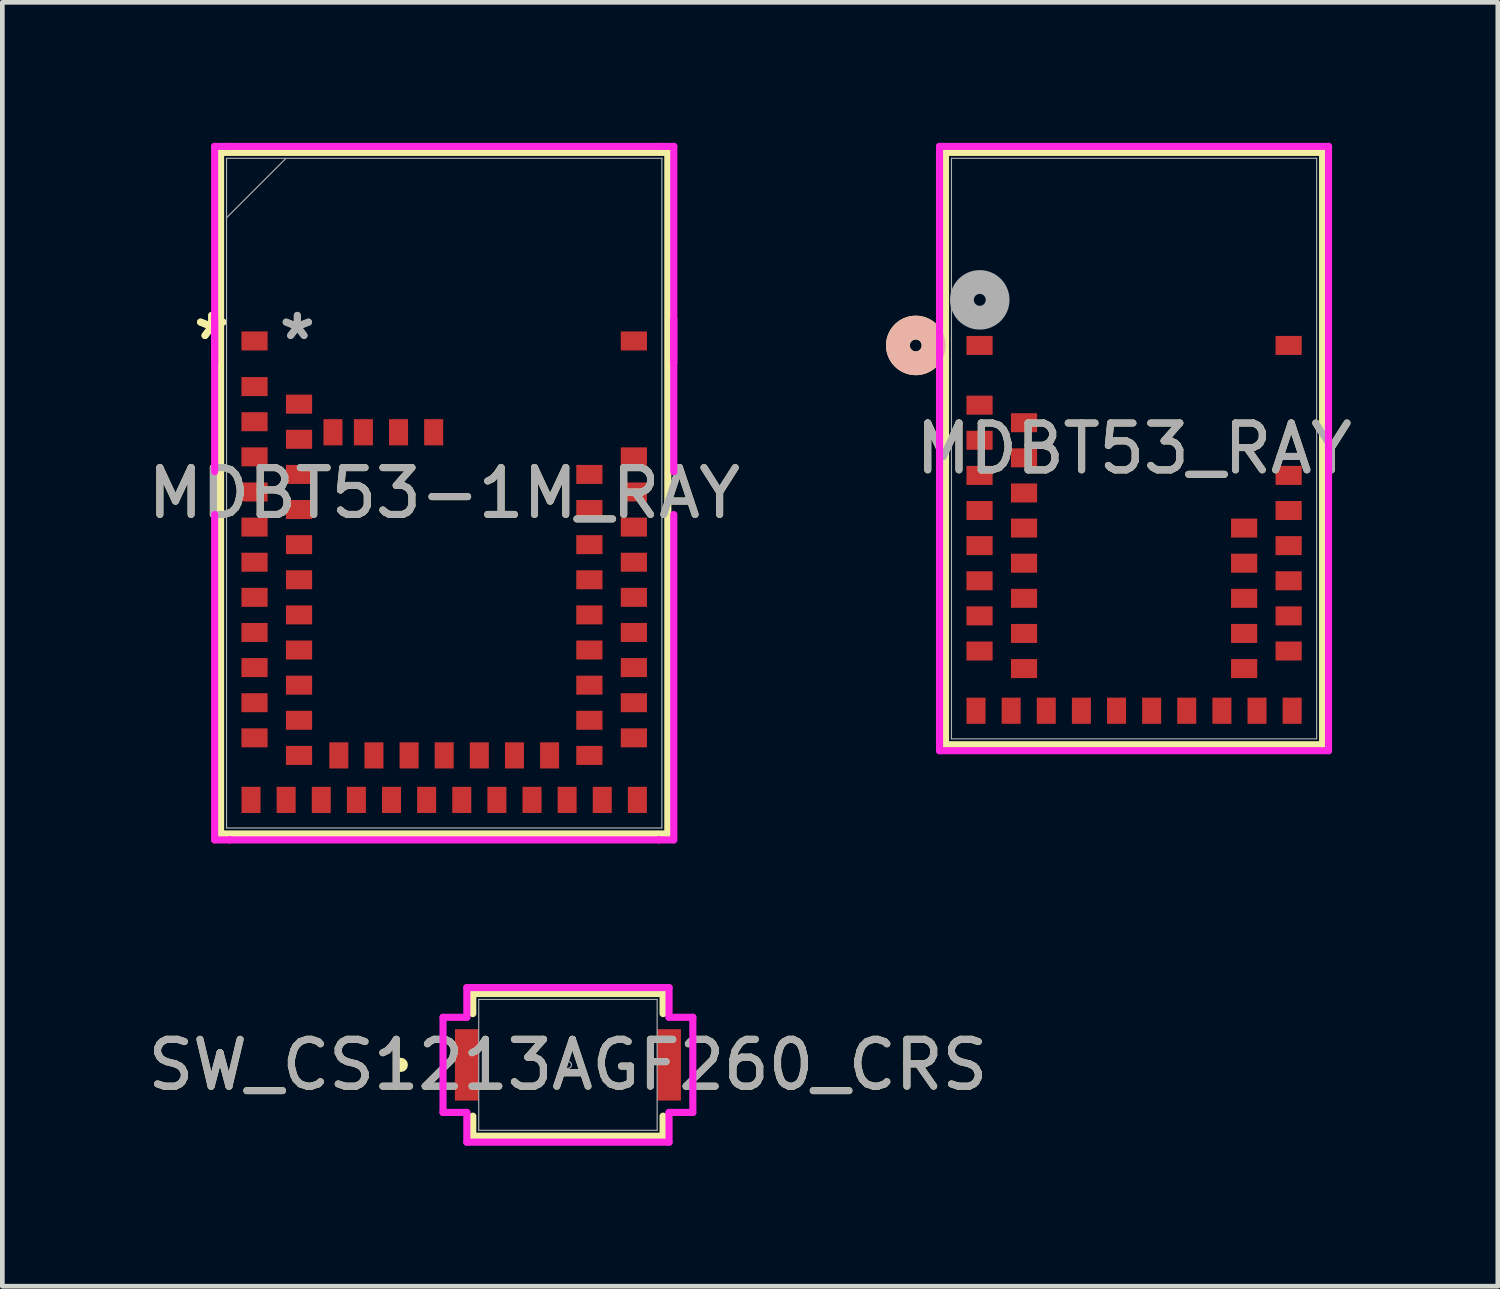
<source format=kicad_pcb>
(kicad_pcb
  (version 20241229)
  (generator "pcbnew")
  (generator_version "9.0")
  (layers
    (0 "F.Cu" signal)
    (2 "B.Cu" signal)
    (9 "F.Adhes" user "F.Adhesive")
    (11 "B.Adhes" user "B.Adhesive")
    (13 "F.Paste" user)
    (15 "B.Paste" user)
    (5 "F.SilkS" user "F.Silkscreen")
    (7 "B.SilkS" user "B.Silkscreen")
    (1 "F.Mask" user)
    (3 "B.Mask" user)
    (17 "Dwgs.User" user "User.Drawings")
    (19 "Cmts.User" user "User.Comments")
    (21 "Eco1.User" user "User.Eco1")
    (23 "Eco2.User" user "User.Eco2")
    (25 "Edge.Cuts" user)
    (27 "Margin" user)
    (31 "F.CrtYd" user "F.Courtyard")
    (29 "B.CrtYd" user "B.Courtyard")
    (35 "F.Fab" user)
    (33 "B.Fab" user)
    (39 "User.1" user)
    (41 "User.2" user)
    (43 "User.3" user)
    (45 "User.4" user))
  (footprint "SW_CS1213AGF260_CRS"
    (layer "F.Cu")
    (at 9.077 19.688)
    (property "Reference" "SW_CS1213AGF260_CRS" (at 0 0 0) (unlocked yes) (layer "F.SilkS") (effects (font (size 1 1) (thickness 0.15))))
    (attr smd)
    (fp_line (start -2.032 -1.524) (end -2.032 -1.095) (stroke (width 0.152) (type solid)) (layer "F.SilkS"))
    (fp_line (start -2.032 1.095) (end -2.032 1.524) (stroke (width 0.152) (type solid)) (layer "F.SilkS"))
    (fp_line (start -2.032 1.524) (end 2.032 1.524) (stroke (width 0.152) (type solid)) (layer "F.SilkS"))
    (fp_line (start 2.032 -1.524) (end -2.032 -1.524) (stroke (width 0.152) (type solid)) (layer "F.SilkS"))
    (fp_line (start 2.032 -1.095) (end 2.032 -1.524) (stroke (width 0.152) (type solid)) (layer "F.SilkS"))
    (fp_line (start 2.032 1.524) (end 2.032 1.095) (stroke (width 0.152) (type solid)) (layer "F.SilkS"))
    (fp_circle (center -3.569 0) (end -3.493 0) (stroke (width 0.152) (type solid)) (fill no) (layer "F.SilkS"))
    (fp_line (start -2.667 -1.016) (end -2.159 -1.016) (stroke (width 0.152) (type solid)) (layer "F.CrtYd"))
    (fp_line (start -2.667 1.016) (end -2.667 -1.016) (stroke (width 0.152) (type solid)) (layer "F.CrtYd"))
    (fp_line (start -2.667 1.016) (end -2.159 1.016) (stroke (width 0.152) (type solid)) (layer "F.CrtYd"))
    (fp_line (start -2.159 -1.651) (end 2.159 -1.651) (stroke (width 0.152) (type solid)) (layer "F.CrtYd"))
    (fp_line (start -2.159 -1.016) (end -2.159 -1.651) (stroke (width 0.152) (type solid)) (layer "F.CrtYd"))
    (fp_line (start -2.159 1.651) (end -2.159 1.016) (stroke (width 0.152) (type solid)) (layer "F.CrtYd"))
    (fp_line (start 2.159 -1.651) (end 2.159 -1.016) (stroke (width 0.152) (type solid)) (layer "F.CrtYd"))
    (fp_line (start 2.159 1.016) (end 2.159 1.651) (stroke (width 0.152) (type solid)) (layer "F.CrtYd"))
    (fp_line (start 2.159 1.651) (end -2.159 1.651) (stroke (width 0.152) (type solid)) (layer "F.CrtYd"))
    (fp_line (start 2.667 -1.016) (end 2.159 -1.016) (stroke (width 0.152) (type solid)) (layer "F.CrtYd"))
    (fp_line (start 2.667 -1.016) (end 2.667 1.016) (stroke (width 0.152) (type solid)) (layer "F.CrtYd"))
    (fp_line (start 2.667 1.016) (end 2.159 1.016) (stroke (width 0.152) (type solid)) (layer "F.CrtYd"))
    (fp_line (start -1.905 -1.397) (end -1.905 1.397) (stroke (width 0.025) (type solid)) (layer "F.Fab"))
    (fp_line (start -1.905 1.397) (end 1.905 1.397) (stroke (width 0.025) (type solid)) (layer "F.Fab"))
    (fp_line (start 1.905 -1.397) (end -1.905 -1.397) (stroke (width 0.025) (type solid)) (layer "F.Fab"))
    (fp_line (start 1.905 1.397) (end 1.905 -1.397) (stroke (width 0.025) (type solid)) (layer "F.Fab"))
    (fp_circle (center 0 0) (end 0.076 0) (stroke (width 0.025) (type solid)) (fill no) (layer "F.Fab"))
    (fp_text user "${REFERENCE}" (at 0 0 0) (unlocked yes) (layer "F.Fab") (effects (font (size 1 1) (thickness 0.15))))
    (pad "1" smd rect (at -2.159 0) (size 0.508 1.524) (layers "F.Cu" "F.Mask" "F.Paste"))
    (pad "2" smd rect (at 2.159 0) (size 0.508 1.524) (layers "F.Cu" "F.Mask" "F.Paste")))
  (footprint "MDBT53-1M_RAY"
    (layer "F.Cu")
    (at 6.435 7.48)
    (property "Reference" "MDBT53-1M_RAY" (at 0 0 0) (unlocked yes) (layer "F.SilkS") (effects (font (size 1 1) (thickness 0.15))))
    (attr smd)
    (fp_line (start -4.775 -7.277) (end -4.775 7.277) (stroke (width 0.152) (type solid)) (layer "F.SilkS"))
    (fp_line (start -4.775 7.277) (end 4.775 7.277) (stroke (width 0.152) (type solid)) (layer "F.SilkS"))
    (fp_line (start 4.775 -7.277) (end -4.775 -7.277) (stroke (width 0.152) (type solid)) (layer "F.SilkS"))
    (fp_line (start 4.775 7.277) (end 4.775 -7.277) (stroke (width 0.152) (type solid)) (layer "F.SilkS"))
    (fp_line (start -4.902 -7.404) (end -4.582 -7.404) (stroke (width 0.152) (type solid)) (layer "F.CrtYd"))
    (fp_line (start -4.902 -3.707) (end -4.902 -3.707) (stroke (width 0.152) (type solid)) (layer "F.CrtYd"))
    (fp_line (start -4.902 -2.793) (end -4.902 -3.707) (stroke (width 0.152) (type solid)) (layer "F.CrtYd"))
    (fp_line (start -4.902 -2.793) (end -4.902 -2.793) (stroke (width 0.152) (type solid)) (layer "F.CrtYd"))
    (fp_line (start -4.902 -0.457) (end -4.902 -7.404) (stroke (width 0.152) (type solid)) (layer "F.CrtYd"))
    (fp_line (start -4.902 7.404) (end -4.902 0.457) (stroke (width 0.152) (type solid)) (layer "F.CrtYd"))
    (fp_line (start -4.582 -7.404) (end -4.582 -7.404) (stroke (width 0.152) (type solid)) (layer "F.CrtYd"))
    (fp_line (start -4.582 -7.404) (end 4.582 -7.404) (stroke (width 0.152) (type solid)) (layer "F.CrtYd"))
    (fp_line (start -4.582 7.404) (end -4.902 7.404) (stroke (width 0.152) (type solid)) (layer "F.CrtYd"))
    (fp_line (start -4.582 7.404) (end -4.582 7.404) (stroke (width 0.152) (type solid)) (layer "F.CrtYd"))
    (fp_line (start 4.582 -7.404) (end 4.582 -7.404) (stroke (width 0.152) (type solid)) (layer "F.CrtYd"))
    (fp_line (start 4.582 -7.404) (end 4.902 -7.404) (stroke (width 0.152) (type solid)) (layer "F.CrtYd"))
    (fp_line (start 4.582 7.404) (end -4.582 7.404) (stroke (width 0.152) (type solid)) (layer "F.CrtYd"))
    (fp_line (start 4.582 7.404) (end 4.582 7.404) (stroke (width 0.152) (type solid)) (layer "F.CrtYd"))
    (fp_line (start 4.902 -7.404) (end 4.902 -0.457) (stroke (width 0.152) (type solid)) (layer "F.CrtYd"))
    (fp_line (start 4.902 -3.707) (end 4.902 -3.707) (stroke (width 0.152) (type solid)) (layer "F.CrtYd"))
    (fp_line (start 4.902 -3.707) (end 4.902 -2.793) (stroke (width 0.152) (type solid)) (layer "F.CrtYd"))
    (fp_line (start 4.902 -2.793) (end 4.902 -2.793) (stroke (width 0.152) (type solid)) (layer "F.CrtYd"))
    (fp_line (start 4.902 0.457) (end 4.902 7.404) (stroke (width 0.152) (type solid)) (layer "F.CrtYd"))
    (fp_line (start 4.902 7.404) (end 4.582 7.404) (stroke (width 0.152) (type solid)) (layer "F.CrtYd"))
    (fp_line (start -4.648 -7.15) (end -4.648 7.15) (stroke (width 0.025) (type solid)) (layer "F.Fab"))
    (fp_line (start -4.648 -5.88) (end -3.378 -7.15) (stroke (width 0.025) (type solid)) (layer "F.Fab"))
    (fp_line (start -4.648 7.15) (end 4.648 7.15) (stroke (width 0.025) (type solid)) (layer "F.Fab"))
    (fp_line (start 4.648 -7.15) (end -4.648 -7.15) (stroke (width 0.025) (type solid)) (layer "F.Fab"))
    (fp_line (start 4.648 7.15) (end 4.648 -7.15) (stroke (width 0.025) (type solid)) (layer "F.Fab"))
    (fp_text user "*" (at -4.964 -3.25 0) (layer "F.SilkS") (effects (font (size 1 1) (thickness 0.15))))
    (fp_text user "*" (at -4.964 -3.25 0) (unlocked yes) (layer "F.SilkS") (effects (font (size 1 1) (thickness 0.15))))
    (fp_text user "${REFERENCE}" (at 0 0 0) (unlocked yes) (layer "F.Fab") (effects (font (size 1 1) (thickness 0.15))))
    (fp_text user "*" (at -3.136 -3.25 0) (unlocked yes) (layer "F.Fab") (effects (font (size 1 1) (thickness 0.15))))
    (fp_text user "*" (at -3.136 -3.25 0) (layer "F.Fab") (effects (font (size 1 1) (thickness 0.15))))
    (pad "1" smd rect (at -4.05 -3.25) (size 0.559 0.406) (layers "F.Cu" "F.Mask" "F.Paste"))
    (pad "2" smd rect (at -4.05 -2.275) (size 0.559 0.406) (layers "F.Cu" "F.Mask" "F.Paste"))
    (pad "3" smd rect (at -3.1 -1.9) (size 0.559 0.406) (layers "F.Cu" "F.Mask" "F.Paste"))
    (pad "4" smd rect (at -4.05 -1.525) (size 0.559 0.406) (layers "F.Cu" "F.Mask" "F.Paste"))
    (pad "5" smd rect (at -3.1 -1.15) (size 0.559 0.406) (layers "F.Cu" "F.Mask" "F.Paste"))
    (pad "6" smd rect (at -4.05 -0.775) (size 0.559 0.406) (layers "F.Cu" "F.Mask" "F.Paste"))
    (pad "7" smd rect (at -3.1 -0.4) (size 0.559 0.406) (layers "F.Cu" "F.Mask" "F.Paste"))
    (pad "8" smd rect (at -4.05 -0.025) (size 0.559 0.406) (layers "F.Cu" "F.Mask" "F.Paste"))
    (pad "9" smd rect (at -3.1 0.35) (size 0.559 0.406) (layers "F.Cu" "F.Mask" "F.Paste"))
    (pad "10" smd rect (at -4.05 0.725) (size 0.559 0.406) (layers "F.Cu" "F.Mask" "F.Paste"))
    (pad "11" smd rect (at -3.1 1.1) (size 0.559 0.406) (layers "F.Cu" "F.Mask" "F.Paste"))
    (pad "12" smd rect (at -4.05 1.475) (size 0.559 0.406) (layers "F.Cu" "F.Mask" "F.Paste"))
    (pad "13" smd rect (at -3.1 1.85) (size 0.559 0.406) (layers "F.Cu" "F.Mask" "F.Paste"))
    (pad "14" smd rect (at -4.05 2.225) (size 0.559 0.406) (layers "F.Cu" "F.Mask" "F.Paste"))
    (pad "15" smd rect (at -3.1 2.6) (size 0.559 0.406) (layers "F.Cu" "F.Mask" "F.Paste"))
    (pad "16" smd rect (at -4.05 2.975) (size 0.559 0.406) (layers "F.Cu" "F.Mask" "F.Paste"))
    (pad "17" smd rect (at -3.1 3.35) (size 0.559 0.406) (layers "F.Cu" "F.Mask" "F.Paste"))
    (pad "18" smd rect (at -4.05 3.725) (size 0.559 0.406) (layers "F.Cu" "F.Mask" "F.Paste"))
    (pad "19" smd rect (at -3.1 4.1) (size 0.559 0.406) (layers "F.Cu" "F.Mask" "F.Paste"))
    (pad "20" smd rect (at -4.05 4.475) (size 0.559 0.406) (layers "F.Cu" "F.Mask" "F.Paste"))
    (pad "21" smd rect (at -3.1 4.85) (size 0.559 0.406) (layers "F.Cu" "F.Mask" "F.Paste"))
    (pad "22" smd rect (at -4.05 5.225) (size 0.559 0.406) (layers "F.Cu" "F.Mask" "F.Paste"))
    (pad "23" smd rect (at -3.1 5.6) (size 0.559 0.406) (layers "F.Cu" "F.Mask" "F.Paste"))
    (pad "24" smd rect (at -4.125 6.55 90) (size 0.559 0.406) (layers "F.Cu" "F.Mask" "F.Paste"))
    (pad "25" smd rect (at -3.375 6.55 90) (size 0.559 0.406) (layers "F.Cu" "F.Mask" "F.Paste"))
    (pad "26" smd rect (at -2.625 6.55 90) (size 0.559 0.406) (layers "F.Cu" "F.Mask" "F.Paste"))
    (pad "27" smd rect (at -2.25 5.6 90) (size 0.559 0.406) (layers "F.Cu" "F.Mask" "F.Paste"))
    (pad "28" smd rect (at -1.875 6.55 90) (size 0.559 0.406) (layers "F.Cu" "F.Mask" "F.Paste"))
    (pad "29" smd rect (at -1.5 5.6 90) (size 0.559 0.406) (layers "F.Cu" "F.Mask" "F.Paste"))
    (pad "30" smd rect (at -1.125 6.55 90) (size 0.559 0.406) (layers "F.Cu" "F.Mask" "F.Paste"))
    (pad "31" smd rect (at -0.75 5.6 90) (size 0.559 0.406) (layers "F.Cu" "F.Mask" "F.Paste"))
    (pad "32" smd rect (at -0.375 6.55 90) (size 0.559 0.406) (layers "F.Cu" "F.Mask" "F.Paste"))
    (pad "33" smd rect (at 0 5.6 90) (size 0.559 0.406) (layers "F.Cu" "F.Mask" "F.Paste"))
    (pad "34" smd rect (at 0.375 6.55 90) (size 0.559 0.406) (layers "F.Cu" "F.Mask" "F.Paste"))
    (pad "35" smd rect (at 0.75 5.6 90) (size 0.559 0.406) (layers "F.Cu" "F.Mask" "F.Paste"))
    (pad "36" smd rect (at 1.125 6.55 90) (size 0.559 0.406) (layers "F.Cu" "F.Mask" "F.Paste"))
    (pad "37" smd rect (at 1.5 5.6 90) (size 0.559 0.406) (layers "F.Cu" "F.Mask" "F.Paste"))
    (pad "38" smd rect (at 1.875 6.55 90) (size 0.559 0.406) (layers "F.Cu" "F.Mask" "F.Paste"))
    (pad "39" smd rect (at 2.25 5.6 90) (size 0.559 0.406) (layers "F.Cu" "F.Mask" "F.Paste"))
    (pad "40" smd rect (at 2.625 6.55 90) (size 0.559 0.406) (layers "F.Cu" "F.Mask" "F.Paste"))
    (pad "41" smd rect (at 3.375 6.55 90) (size 0.559 0.406) (layers "F.Cu" "F.Mask" "F.Paste"))
    (pad "42" smd rect (at 4.125 6.55 90) (size 0.559 0.406) (layers "F.Cu" "F.Mask" "F.Paste"))
    (pad "43" smd rect (at 3.1 5.6) (size 0.559 0.406) (layers "F.Cu" "F.Mask" "F.Paste"))
    (pad "44" smd rect (at 4.05 5.225) (size 0.559 0.406) (layers "F.Cu" "F.Mask" "F.Paste"))
    (pad "45" smd rect (at 3.1 4.85) (size 0.559 0.406) (layers "F.Cu" "F.Mask" "F.Paste"))
    (pad "46" smd rect (at 4.05 4.475) (size 0.559 0.406) (layers "F.Cu" "F.Mask" "F.Paste"))
    (pad "47" smd rect (at 3.1 4.1) (size 0.559 0.406) (layers "F.Cu" "F.Mask" "F.Paste"))
    (pad "48" smd rect (at 4.05 3.725) (size 0.559 0.406) (layers "F.Cu" "F.Mask" "F.Paste"))
    (pad "49" smd rect (at 3.1 3.35) (size 0.559 0.406) (layers "F.Cu" "F.Mask" "F.Paste"))
    (pad "50" smd rect (at 4.05 2.975) (size 0.559 0.406) (layers "F.Cu" "F.Mask" "F.Paste"))
    (pad "51" smd rect (at 3.1 2.6) (size 0.559 0.406) (layers "F.Cu" "F.Mask" "F.Paste"))
    (pad "52" smd rect (at 4.05 2.225) (size 0.559 0.406) (layers "F.Cu" "F.Mask" "F.Paste"))
    (pad "53" smd rect (at 3.1 1.85) (size 0.559 0.406) (layers "F.Cu" "F.Mask" "F.Paste"))
    (pad "54" smd rect (at 4.05 1.475) (size 0.559 0.406) (layers "F.Cu" "F.Mask" "F.Paste"))
    (pad "55" smd rect (at 3.1 1.1) (size 0.559 0.406) (layers "F.Cu" "F.Mask" "F.Paste"))
    (pad "56" smd rect (at 4.05 0.725) (size 0.559 0.406) (layers "F.Cu" "F.Mask" "F.Paste"))
    (pad "57" smd rect (at 3.1 0.35) (size 0.559 0.406) (layers "F.Cu" "F.Mask" "F.Paste"))
    (pad "58" smd rect (at 4.05 -0.025) (size 0.559 0.406) (layers "F.Cu" "F.Mask" "F.Paste"))
    (pad "59" smd rect (at 3.1 -0.4) (size 0.559 0.406) (layers "F.Cu" "F.Mask" "F.Paste"))
    (pad "60" smd rect (at 4.05 -0.775) (size 0.559 0.406) (layers "F.Cu" "F.Mask" "F.Paste"))
    (pad "61" smd rect (at 4.05 -3.25) (size 0.559 0.406) (layers "F.Cu" "F.Mask" "F.Paste"))
    (pad "62" smd rect (at -2.375 -1.3 90) (size 0.559 0.406) (layers "F.Cu" "F.Mask" "F.Paste"))
    (pad "63" smd rect (at -1.725 -1.3 90) (size 0.559 0.406) (layers "F.Cu" "F.Mask" "F.Paste"))
    (pad "64" smd rect (at -0.975 -1.3 90) (size 0.559 0.406) (layers "F.Cu" "F.Mask" "F.Paste"))
    (pad "65" smd rect (at -0.225 -1.3 90) (size 0.559 0.406) (layers "F.Cu" "F.Mask" "F.Paste"))
    (zone (net_name "") (layer "F.Cu") (hatch full 0.508) (connect_pads) (min_thickness 0.254) (filled_areas_thickness no) (keepout (tracks not_allowed) (vias not_allowed) (pads allowed) (copperpour not_allowed) (footprints allowed)) (placement (enabled no)) (fill) (polygon (pts (xy 1.786 0.33) (xy 1.786 4.027) (xy 11.083 4.027) (xy 11.083 0.33))))
    (zone (net_name "") (layer "F.Cu") (hatch full 0.508) (connect_pads) (min_thickness 0.254) (filled_areas_thickness no) (keepout (tracks not_allowed) (vias not_allowed) (pads allowed) (copperpour not_allowed) (footprints allowed)) (placement (enabled no)) (fill) (polygon (pts (xy 5.733 4.027) (xy 4.336 4.027) (xy 4.336 5.018) (xy 5.733 5.018)))))
  (footprint "MDBT53_RAY"
    (layer "F.Cu")
    (at 21.165 6.528)
    (property "Reference" "MDBT53_RAY" (at 0 0 0) (unlocked yes) (layer "F.SilkS") (effects (font (size 1 1) (thickness 0.15))))
    (attr smd)
    (fp_line (start -4.026 -6.325) (end -4.026 6.325) (stroke (width 0.152) (type solid)) (layer "F.SilkS"))
    (fp_line (start -4.026 6.325) (end 4.026 6.325) (stroke (width 0.152) (type solid)) (layer "F.SilkS"))
    (fp_line (start 4.026 -6.325) (end -4.026 -6.325) (stroke (width 0.152) (type solid)) (layer "F.SilkS"))
    (fp_line (start 4.026 6.325) (end 4.026 -6.325) (stroke (width 0.152) (type solid)) (layer "F.SilkS"))
    (fp_circle (center -4.661 -2.202) (end -4.28 -2.202) (stroke (width 0.508) (type solid)) (fill no) (layer "F.SilkS"))
    (fp_circle (center -4.661 -2.202) (end -4.28 -2.202) (stroke (width 0.508) (type solid)) (fill no) (layer "B.SilkS"))
    (fp_line (start -4.153 -6.452) (end -4.153 6.452) (stroke (width 0.152) (type solid)) (layer "F.CrtYd"))
    (fp_line (start -4.153 6.452) (end 4.153 6.452) (stroke (width 0.152) (type solid)) (layer "F.CrtYd"))
    (fp_line (start 4.153 -6.452) (end -4.153 -6.452) (stroke (width 0.152) (type solid)) (layer "F.CrtYd"))
    (fp_line (start 4.153 6.452) (end 4.153 -6.452) (stroke (width 0.152) (type solid)) (layer "F.CrtYd"))
    (fp_line (start -3.899 -6.198) (end -3.899 6.198) (stroke (width 0.025) (type solid)) (layer "F.Fab"))
    (fp_line (start -3.899 6.198) (end 3.899 6.198) (stroke (width 0.025) (type solid)) (layer "F.Fab"))
    (fp_line (start 3.899 -6.198) (end -3.899 -6.198) (stroke (width 0.025) (type solid)) (layer "F.Fab"))
    (fp_line (start 3.899 6.198) (end 3.899 -6.198) (stroke (width 0.025) (type solid)) (layer "F.Fab"))
    (fp_circle (center -3.294 -3.175) (end -2.913 -3.175) (stroke (width 0.508) (type solid)) (fill no) (layer "F.Fab"))
    (fp_text user "${REFERENCE}" (at 0 0 0) (unlocked yes) (layer "F.Fab") (effects (font (size 1 1) (thickness 0.15))))
    (pad "1" smd rect (at -3.299 -2.202) (size 0.559 0.406) (layers "F.Cu" "F.Mask" "F.Paste"))
    (pad "2" smd rect (at -3.299 -0.927) (size 0.559 0.406) (layers "F.Cu" "F.Mask" "F.Paste"))
    (pad "3" smd rect (at -3.299 -0.177) (size 0.559 0.406) (layers "F.Cu" "F.Mask" "F.Paste"))
    (pad "4" smd rect (at -2.349 -0.552) (size 0.559 0.406) (layers "F.Cu" "F.Mask" "F.Paste"))
    (pad "5" smd rect (at -2.349 0.198) (size 0.559 0.406) (layers "F.Cu" "F.Mask" "F.Paste"))
    (pad "6" smd rect (at -3.299 0.573) (size 0.559 0.406) (layers "F.Cu" "F.Mask" "F.Paste"))
    (pad "7" smd rect (at -2.349 0.948) (size 0.559 0.406) (layers "F.Cu" "F.Mask" "F.Paste"))
    (pad "8" smd rect (at -3.299 1.323) (size 0.559 0.406) (layers "F.Cu" "F.Mask" "F.Paste"))
    (pad "9" smd rect (at -2.349 1.698) (size 0.559 0.406) (layers "F.Cu" "F.Mask" "F.Paste"))
    (pad "10" smd rect (at -3.299 2.073) (size 0.559 0.406) (layers "F.Cu" "F.Mask" "F.Paste"))
    (pad "11" smd rect (at -2.349 2.448) (size 0.559 0.406) (layers "F.Cu" "F.Mask" "F.Paste"))
    (pad "12" smd rect (at -3.299 2.823) (size 0.559 0.406) (layers "F.Cu" "F.Mask" "F.Paste"))
    (pad "13" smd rect (at -2.349 3.198) (size 0.559 0.406) (layers "F.Cu" "F.Mask" "F.Paste"))
    (pad "14" smd rect (at -3.299 3.573) (size 0.559 0.406) (layers "F.Cu" "F.Mask" "F.Paste"))
    (pad "15" smd rect (at -2.349 3.948) (size 0.559 0.406) (layers "F.Cu" "F.Mask" "F.Paste"))
    (pad "16" smd rect (at -3.299 4.323) (size 0.559 0.406) (layers "F.Cu" "F.Mask" "F.Paste"))
    (pad "17" smd rect (at -2.349 4.698) (size 0.559 0.406) (layers "F.Cu" "F.Mask" "F.Paste"))
    (pad "18" smd rect (at -3.374 5.598 90) (size 0.559 0.406) (layers "F.Cu" "F.Mask" "F.Paste"))
    (pad "19" smd rect (at -2.624 5.598 90) (size 0.559 0.406) (layers "F.Cu" "F.Mask" "F.Paste"))
    (pad "20" smd rect (at -1.874 5.598 90) (size 0.559 0.406) (layers "F.Cu" "F.Mask" "F.Paste"))
    (pad "21" smd rect (at -1.124 5.598 90) (size 0.559 0.406) (layers "F.Cu" "F.Mask" "F.Paste"))
    (pad "22" smd rect (at -0.374 5.598 90) (size 0.559 0.406) (layers "F.Cu" "F.Mask" "F.Paste"))
    (pad "23" smd rect (at 0.376 5.598 90) (size 0.559 0.406) (layers "F.Cu" "F.Mask" "F.Paste"))
    (pad "24" smd rect (at 1.126 5.598 90) (size 0.559 0.406) (layers "F.Cu" "F.Mask" "F.Paste"))
    (pad "25" smd rect (at 1.876 5.598 90) (size 0.559 0.406) (layers "F.Cu" "F.Mask" "F.Paste"))
    (pad "26" smd rect (at 2.626 5.598 90) (size 0.559 0.406) (layers "F.Cu" "F.Mask" "F.Paste"))
    (pad "27" smd rect (at 3.376 5.598 90) (size 0.559 0.406) (layers "F.Cu" "F.Mask" "F.Paste"))
    (pad "28" smd rect (at 2.351 4.698) (size 0.559 0.406) (layers "F.Cu" "F.Mask" "F.Paste"))
    (pad "29" smd rect (at 2.351 3.948) (size 0.559 0.406) (layers "F.Cu" "F.Mask" "F.Paste"))
    (pad "30" smd rect (at 3.301 4.323) (size 0.559 0.406) (layers "F.Cu" "F.Mask" "F.Paste"))
    (pad "31" smd rect (at 2.351 3.198) (size 0.559 0.406) (layers "F.Cu" "F.Mask" "F.Paste"))
    (pad "32" smd rect (at 3.301 3.573) (size 0.559 0.406) (layers "F.Cu" "F.Mask" "F.Paste"))
    (pad "33" smd rect (at 3.301 2.823) (size 0.559 0.406) (layers "F.Cu" "F.Mask" "F.Paste"))
    (pad "34" smd rect (at 2.351 2.448) (size 0.559 0.406) (layers "F.Cu" "F.Mask" "F.Paste"))
    (pad "35" smd rect (at 3.301 2.073) (size 0.559 0.406) (layers "F.Cu" "F.Mask" "F.Paste"))
    (pad "36" smd rect (at 2.351 1.698) (size 0.559 0.406) (layers "F.Cu" "F.Mask" "F.Paste"))
    (pad "37" smd rect (at 3.301 1.323) (size 0.559 0.406) (layers "F.Cu" "F.Mask" "F.Paste"))
    (pad "38" smd rect (at 3.301 0.573) (size 0.559 0.406) (layers "F.Cu" "F.Mask" "F.Paste"))
    (pad "39" smd rect (at 3.301 -2.202) (size 0.559 0.406) (layers "F.Cu" "F.Mask" "F.Paste")))
  (gr_rect
    (start -3 -3)
    (end 28.933 24.415)
    (stroke (width 0.1) (type default))
    (fill no)
    (layer "Edge.Cuts")))
</source>
